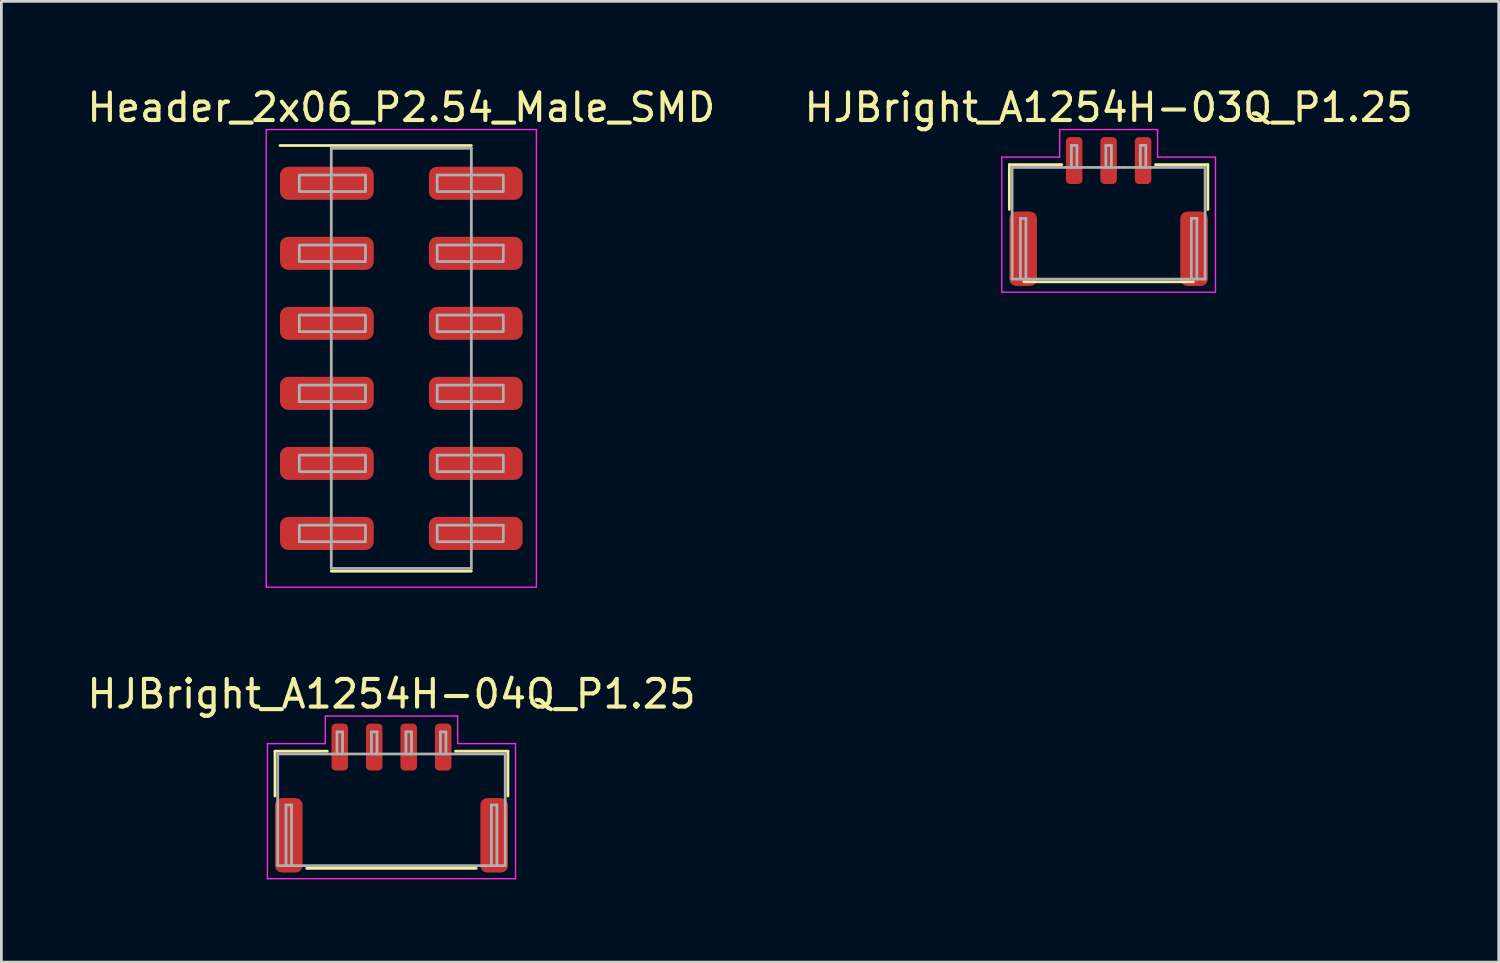
<source format=kicad_pcb>
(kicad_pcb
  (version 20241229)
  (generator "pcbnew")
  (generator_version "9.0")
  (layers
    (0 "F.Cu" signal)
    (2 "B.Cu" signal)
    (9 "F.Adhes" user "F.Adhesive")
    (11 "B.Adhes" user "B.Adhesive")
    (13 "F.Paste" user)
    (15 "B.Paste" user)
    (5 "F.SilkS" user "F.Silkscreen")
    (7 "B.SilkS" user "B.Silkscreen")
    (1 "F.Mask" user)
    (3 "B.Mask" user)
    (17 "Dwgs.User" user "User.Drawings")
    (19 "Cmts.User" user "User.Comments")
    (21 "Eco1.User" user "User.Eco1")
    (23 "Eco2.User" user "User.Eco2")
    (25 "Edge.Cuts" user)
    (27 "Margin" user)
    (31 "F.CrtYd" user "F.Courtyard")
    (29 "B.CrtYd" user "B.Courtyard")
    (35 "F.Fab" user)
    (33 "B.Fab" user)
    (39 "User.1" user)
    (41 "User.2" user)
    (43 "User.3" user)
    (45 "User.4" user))
  (footprint "HJBright_A1254H-03Q_P1.25"
    (layer "F.Cu")
    (at 37.161 5.048)
    (property "Reference" "HJBright_A1254H-03Q_P1.25" (at 0 -4.2 0) (layer "F.SilkS") (effects (font (size 1 1) (thickness 0.15))))
    (attr smd)
    (fp_line (start -3.6 -2.125) (end -3.6 -0.5) (stroke (width 0.1) (type solid)) (layer "F.SilkS"))
    (fp_line (start -3.075 2.125) (end 3.075 2.125) (stroke (width 0.1) (type solid)) (layer "F.SilkS"))
    (fp_line (start -1.7 -2.125) (end -3.6 -2.125) (stroke (width 0.1) (type solid)) (layer "F.SilkS"))
    (fp_line (start 3.6 -2.125) (end 1.7 -2.125) (stroke (width 0.1) (type solid)) (layer "F.SilkS"))
    (fp_line (start 3.6 -2.125) (end 3.6 -0.5) (stroke (width 0.1) (type solid)) (layer "F.SilkS"))
    (fp_line (start -3.875 -2.4) (end -3.875 2.5) (stroke (width 0.05) (type solid)) (layer "F.CrtYd"))
    (fp_line (start -3.875 2.5) (end 3.875 2.5) (stroke (width 0.05) (type solid)) (layer "F.CrtYd"))
    (fp_line (start -1.775 -3.4) (end -1.775 -2.4) (stroke (width 0.05) (type solid)) (layer "F.CrtYd"))
    (fp_line (start -1.775 -2.4) (end -3.875 -2.4) (stroke (width 0.05) (type solid)) (layer "F.CrtYd"))
    (fp_line (start 1.775 -3.4) (end -1.775 -3.4) (stroke (width 0.05) (type solid)) (layer "F.CrtYd"))
    (fp_line (start 1.775 -2.4) (end 1.775 -3.4) (stroke (width 0.05) (type solid)) (layer "F.CrtYd"))
    (fp_line (start 3.875 -2.4) (end 1.775 -2.4) (stroke (width 0.05) (type solid)) (layer "F.CrtYd"))
    (fp_line (start 3.875 2.5) (end 3.875 -2.4) (stroke (width 0.05) (type solid)) (layer "F.CrtYd"))
    (fp_line (start -3.5 -2.025) (end 3.5 -2.025) (stroke (width 0.1) (type solid)) (layer "F.Fab"))
    (fp_line (start -3.5 2.025) (end -3.5 -2.025) (stroke (width 0.1) (type solid)) (layer "F.Fab"))
    (fp_line (start -3.5 2.025) (end 3.5 2.025) (stroke (width 0.1) (type solid)) (layer "F.Fab"))
    (fp_line (start -3.2 -0.175) (end -3 -0.175) (stroke (width 0.1) (type solid)) (layer "F.Fab"))
    (fp_line (start -3.2 2.025) (end -3.2 -0.175) (stroke (width 0.1) (type solid)) (layer "F.Fab"))
    (fp_line (start -3 2.025) (end -3 -0.175) (stroke (width 0.1) (type solid)) (layer "F.Fab"))
    (fp_line (start -1.35 -2.825) (end -1.15 -2.825) (stroke (width 0.1) (type solid)) (layer "F.Fab"))
    (fp_line (start -1.35 -2.025) (end -1.35 -2.825) (stroke (width 0.1) (type solid)) (layer "F.Fab"))
    (fp_line (start -1.15 -2.825) (end -1.15 -2.025) (stroke (width 0.1) (type solid)) (layer "F.Fab"))
    (fp_line (start -0.1 -2.825) (end 0.1 -2.825) (stroke (width 0.1) (type solid)) (layer "F.Fab"))
    (fp_line (start -0.1 -2.025) (end -0.1 -2.825) (stroke (width 0.1) (type solid)) (layer "F.Fab"))
    (fp_line (start 0.1 -2.825) (end 0.1 -2.025) (stroke (width 0.1) (type solid)) (layer "F.Fab"))
    (fp_line (start 1.15 -2.825) (end 1.35 -2.825) (stroke (width 0.1) (type solid)) (layer "F.Fab"))
    (fp_line (start 1.15 -2.025) (end 1.15 -2.825) (stroke (width 0.1) (type solid)) (layer "F.Fab"))
    (fp_line (start 1.35 -2.825) (end 1.35 -2.025) (stroke (width 0.1) (type solid)) (layer "F.Fab"))
    (fp_line (start 3 -0.175) (end 3.2 -0.175) (stroke (width 0.1) (type solid)) (layer "F.Fab"))
    (fp_line (start 3 2.025) (end 3 -0.175) (stroke (width 0.1) (type solid)) (layer "F.Fab"))
    (fp_line (start 3.2 2.025) (end 3.2 -0.175) (stroke (width 0.1) (type solid)) (layer "F.Fab"))
    (fp_line (start 3.5 -2.025) (end 3.5 2.025) (stroke (width 0.1) (type solid)) (layer "F.Fab"))
    (pad "1" smd roundrect (at -1.25 -2.275) (size 0.6 1.7) (layers "F.Cu" "F.Mask" "F.Paste") (roundrect_rratio 0.25))
    (pad "2" smd roundrect (at 0 -2.275) (size 0.6 1.7) (layers "F.Cu" "F.Mask" "F.Paste") (roundrect_rratio 0.25))
    (pad "3" smd roundrect (at 1.25 -2.275) (size 0.6 1.7) (layers "F.Cu" "F.Mask" "F.Paste") (roundrect_rratio 0.25))
    (pad "MP" smd roundrect (at -3.1 0.925) (size 1 2.7) (layers "F.Cu" "F.Mask" "F.Paste") (roundrect_rratio 0.25))
    (pad "MP" smd roundrect (at 3.1 0.925) (size 1 2.7) (layers "F.Cu" "F.Mask" "F.Paste") (roundrect_rratio 0.25)))
  (footprint "HJBright_A1254H-04Q_P1.25"
    (layer "F.Cu")
    (at 11.149 26.322)
    (property "Reference" "HJBright_A1254H-04Q_P1.25" (at 0 -4.2 0) (layer "F.SilkS") (effects (font (size 1 1) (thickness 0.15))))
    (attr smd)
    (fp_line (start -4.225 -2.125) (end -4.225 -0.5) (stroke (width 0.1) (type solid)) (layer "F.SilkS"))
    (fp_line (start -3.075 2.125) (end 3.075 2.125) (stroke (width 0.1) (type solid)) (layer "F.SilkS"))
    (fp_line (start -2.325 -2.125) (end -4.225 -2.125) (stroke (width 0.1) (type solid)) (layer "F.SilkS"))
    (fp_line (start 4.225 -2.125) (end 2.325 -2.125) (stroke (width 0.1) (type solid)) (layer "F.SilkS"))
    (fp_line (start 4.225 -2.125) (end 4.225 -0.5) (stroke (width 0.1) (type solid)) (layer "F.SilkS"))
    (fp_line (start -4.5 -2.4) (end -4.5 2.5) (stroke (width 0.05) (type solid)) (layer "F.CrtYd"))
    (fp_line (start -4.5 2.5) (end 4.5 2.5) (stroke (width 0.05) (type solid)) (layer "F.CrtYd"))
    (fp_line (start -2.4 -3.4) (end -2.4 -2.4) (stroke (width 0.05) (type solid)) (layer "F.CrtYd"))
    (fp_line (start -2.4 -2.4) (end -4.5 -2.4) (stroke (width 0.05) (type solid)) (layer "F.CrtYd"))
    (fp_line (start 2.4 -3.4) (end -2.4 -3.4) (stroke (width 0.05) (type solid)) (layer "F.CrtYd"))
    (fp_line (start 2.4 -2.4) (end 2.4 -3.4) (stroke (width 0.05) (type solid)) (layer "F.CrtYd"))
    (fp_line (start 4.5 -2.4) (end 2.4 -2.4) (stroke (width 0.05) (type solid)) (layer "F.CrtYd"))
    (fp_line (start 4.5 2.5) (end 4.5 -2.4) (stroke (width 0.05) (type solid)) (layer "F.CrtYd"))
    (fp_line (start -4.125 -2.025) (end 4.125 -2.025) (stroke (width 0.1) (type solid)) (layer "F.Fab"))
    (fp_line (start -4.125 2.025) (end -4.125 -2.025) (stroke (width 0.1) (type solid)) (layer "F.Fab"))
    (fp_line (start -4.125 2.025) (end 4.125 2.025) (stroke (width 0.1) (type solid)) (layer "F.Fab"))
    (fp_line (start -3.825 -0.175) (end -3.625 -0.175) (stroke (width 0.1) (type solid)) (layer "F.Fab"))
    (fp_line (start -3.825 2.025) (end -3.825 -0.175) (stroke (width 0.1) (type solid)) (layer "F.Fab"))
    (fp_line (start -3.625 2.025) (end -3.625 -0.175) (stroke (width 0.1) (type solid)) (layer "F.Fab"))
    (fp_line (start -1.975 -2.825) (end -1.775 -2.825) (stroke (width 0.1) (type solid)) (layer "F.Fab"))
    (fp_line (start -1.975 -2.025) (end -1.975 -2.825) (stroke (width 0.1) (type solid)) (layer "F.Fab"))
    (fp_line (start -1.775 -2.825) (end -1.775 -2.025) (stroke (width 0.1) (type solid)) (layer "F.Fab"))
    (fp_line (start -0.725 -2.825) (end -0.525 -2.825) (stroke (width 0.1) (type solid)) (layer "F.Fab"))
    (fp_line (start -0.725 -2.025) (end -0.725 -2.825) (stroke (width 0.1) (type solid)) (layer "F.Fab"))
    (fp_line (start -0.525 -2.825) (end -0.525 -2.025) (stroke (width 0.1) (type solid)) (layer "F.Fab"))
    (fp_line (start 0.525 -2.825) (end 0.725 -2.825) (stroke (width 0.1) (type solid)) (layer "F.Fab"))
    (fp_line (start 0.525 -2.025) (end 0.525 -2.825) (stroke (width 0.1) (type solid)) (layer "F.Fab"))
    (fp_line (start 0.725 -2.825) (end 0.725 -2.025) (stroke (width 0.1) (type solid)) (layer "F.Fab"))
    (fp_line (start 1.775 -2.825) (end 1.975 -2.825) (stroke (width 0.1) (type solid)) (layer "F.Fab"))
    (fp_line (start 1.775 -2.025) (end 1.775 -2.825) (stroke (width 0.1) (type solid)) (layer "F.Fab"))
    (fp_line (start 1.975 -2.825) (end 1.975 -2.025) (stroke (width 0.1) (type solid)) (layer "F.Fab"))
    (fp_line (start 3.625 -0.175) (end 3.825 -0.175) (stroke (width 0.1) (type solid)) (layer "F.Fab"))
    (fp_line (start 3.625 2.025) (end 3.625 -0.175) (stroke (width 0.1) (type solid)) (layer "F.Fab"))
    (fp_line (start 3.825 2.025) (end 3.825 -0.175) (stroke (width 0.1) (type solid)) (layer "F.Fab"))
    (fp_line (start 4.125 -2.025) (end 4.125 2.025) (stroke (width 0.1) (type solid)) (layer "F.Fab"))
    (pad "1" smd roundrect (at -1.875 -2.275) (size 0.6 1.7) (layers "F.Cu" "F.Mask" "F.Paste") (roundrect_rratio 0.25))
    (pad "2" smd roundrect (at -0.625 -2.275) (size 0.6 1.7) (layers "F.Cu" "F.Mask" "F.Paste") (roundrect_rratio 0.25))
    (pad "3" smd roundrect (at 0.625 -2.275) (size 0.6 1.7) (layers "F.Cu" "F.Mask" "F.Paste") (roundrect_rratio 0.25))
    (pad "4" smd roundrect (at 1.875 -2.275) (size 0.6 1.7) (layers "F.Cu" "F.Mask" "F.Paste") (roundrect_rratio 0.25))
    (pad "MP" smd roundrect (at -3.725 0.925) (size 1 2.7) (layers "F.Cu" "F.Mask" "F.Paste") (roundrect_rratio 0.25))
    (pad "MP" smd roundrect (at 3.725 0.925) (size 1 2.7) (layers "F.Cu" "F.Mask" "F.Paste") (roundrect_rratio 0.25)))
  (footprint "Header_2x06_P2.54_Male_SMD"
    (layer "F.Cu")
    (at 11.506 9.948)
    (property "Reference" "Header_2x06_P2.54_Male_SMD" (at 0 -9.1 0) (layer "F.SilkS") (effects (font (size 1 1) (thickness 0.15))))
    (attr smd)
    (fp_line (start 2.54 -7.72) (end -4.4 -7.72) (stroke (width 0.1) (type solid)) (layer "F.SilkS"))
    (fp_line (start 2.54 7.72) (end -2.54 7.72) (stroke (width 0.1) (type solid)) (layer "F.SilkS"))
    (fp_line (start -4.9 -8.3) (end -4.9 8.3) (stroke (width 0.05) (type solid)) (layer "F.CrtYd"))
    (fp_line (start -4.9 8.3) (end 4.9 8.3) (stroke (width 0.05) (type solid)) (layer "F.CrtYd"))
    (fp_line (start 4.9 -8.3) (end -4.9 -8.3) (stroke (width 0.05) (type solid)) (layer "F.CrtYd"))
    (fp_line (start 4.9 8.3) (end 4.9 -8.3) (stroke (width 0.05) (type solid)) (layer "F.CrtYd"))
    (fp_line (start -2.54 -7.62) (end 2.54 -7.62) (stroke (width 0.1) (type solid)) (layer "F.Fab"))
    (fp_line (start -2.54 7.62) (end -2.54 -7.62) (stroke (width 0.1) (type solid)) (layer "F.Fab"))
    (fp_line (start 2.54 -7.62) (end 2.54 7.62) (stroke (width 0.1) (type solid)) (layer "F.Fab"))
    (fp_line (start 2.54 7.62) (end -2.54 7.62) (stroke (width 0.1) (type solid)) (layer "F.Fab"))
    (fp_poly (pts (xy -1.3 -6.05) (xy -3.7 -6.05) (xy -3.7 -6.65) (xy -1.3 -6.65)) (stroke (width 0.1) (type solid)) (fill no) (layer "F.Fab"))
    (fp_poly (pts (xy -1.3 -3.51) (xy -3.7 -3.51) (xy -3.7 -4.11) (xy -1.3 -4.11)) (stroke (width 0.1) (type solid)) (fill no) (layer "F.Fab"))
    (fp_poly (pts (xy -1.3 -0.97) (xy -3.7 -0.97) (xy -3.7 -1.57) (xy -1.3 -1.57)) (stroke (width 0.1) (type solid)) (fill no) (layer "F.Fab"))
    (fp_poly (pts (xy -1.3 1.57) (xy -3.7 1.57) (xy -3.7 0.97) (xy -1.3 0.97)) (stroke (width 0.1) (type solid)) (fill no) (layer "F.Fab"))
    (fp_poly (pts (xy -1.3 4.11) (xy -3.7 4.11) (xy -3.7 3.51) (xy -1.3 3.51)) (stroke (width 0.1) (type solid)) (fill no) (layer "F.Fab"))
    (fp_poly (pts (xy -1.3 6.65) (xy -3.7 6.65) (xy -3.7 6.05) (xy -1.3 6.05)) (stroke (width 0.1) (type solid)) (fill no) (layer "F.Fab"))
    (fp_poly (pts (xy 1.3 -6.65) (xy 3.7 -6.65) (xy 3.7 -6.05) (xy 1.3 -6.05)) (stroke (width 0.1) (type solid)) (fill no) (layer "F.Fab"))
    (fp_poly (pts (xy 1.3 -4.11) (xy 3.7 -4.11) (xy 3.7 -3.51) (xy 1.3 -3.51)) (stroke (width 0.1) (type solid)) (fill no) (layer "F.Fab"))
    (fp_poly (pts (xy 1.3 -1.57) (xy 3.7 -1.57) (xy 3.7 -0.97) (xy 1.3 -0.97)) (stroke (width 0.1) (type solid)) (fill no) (layer "F.Fab"))
    (fp_poly (pts (xy 1.3 0.97) (xy 3.7 0.97) (xy 3.7 1.57) (xy 1.3 1.57)) (stroke (width 0.1) (type solid)) (fill no) (layer "F.Fab"))
    (fp_poly (pts (xy 1.3 3.51) (xy 3.7 3.51) (xy 3.7 4.11) (xy 1.3 4.11)) (stroke (width 0.1) (type solid)) (fill no) (layer "F.Fab"))
    (fp_poly (pts (xy 1.3 6.05) (xy 3.7 6.05) (xy 3.7 6.65) (xy 1.3 6.65)) (stroke (width 0.1) (type solid)) (fill no) (layer "F.Fab"))
    (pad "1" smd roundrect (at -2.7 -6.35) (size 3.4 1.2) (layers "F.Cu" "F.Mask" "F.Paste") (roundrect_rratio 0.25))
    (pad "2" smd roundrect (at 2.7 -6.35) (size 3.4 1.2) (layers "F.Cu" "F.Mask" "F.Paste") (roundrect_rratio 0.25))
    (pad "3" smd roundrect (at -2.7 -3.81) (size 3.4 1.2) (layers "F.Cu" "F.Mask" "F.Paste") (roundrect_rratio 0.25))
    (pad "4" smd roundrect (at 2.7 -3.81) (size 3.4 1.2) (layers "F.Cu" "F.Mask" "F.Paste") (roundrect_rratio 0.25))
    (pad "5" smd roundrect (at -2.7 -1.27) (size 3.4 1.2) (layers "F.Cu" "F.Mask" "F.Paste") (roundrect_rratio 0.25))
    (pad "6" smd roundrect (at 2.7 -1.27) (size 3.4 1.2) (layers "F.Cu" "F.Mask" "F.Paste") (roundrect_rratio 0.25))
    (pad "7" smd roundrect (at -2.7 1.27) (size 3.4 1.2) (layers "F.Cu" "F.Mask" "F.Paste") (roundrect_rratio 0.25))
    (pad "8" smd roundrect (at 2.7 1.27) (size 3.4 1.2) (layers "F.Cu" "F.Mask" "F.Paste") (roundrect_rratio 0.25))
    (pad "9" smd roundrect (at -2.7 3.81) (size 3.4 1.2) (layers "F.Cu" "F.Mask" "F.Paste") (roundrect_rratio 0.25))
    (pad "10" smd roundrect (at 2.7 3.81) (size 3.4 1.2) (layers "F.Cu" "F.Mask" "F.Paste") (roundrect_rratio 0.25))
    (pad "11" smd roundrect (at -2.7 6.35) (size 3.4 1.2) (layers "F.Cu" "F.Mask" "F.Paste") (roundrect_rratio 0.25))
    (pad "12" smd roundrect (at 2.7 6.35) (size 3.4 1.2) (layers "F.Cu" "F.Mask" "F.Paste") (roundrect_rratio 0.25)))
  (gr_rect
    (start -3 -3)
    (end 51.31 31.846)
    (stroke (width 0.1) (type default))
    (fill no)
    (layer "Edge.Cuts")))
</source>
